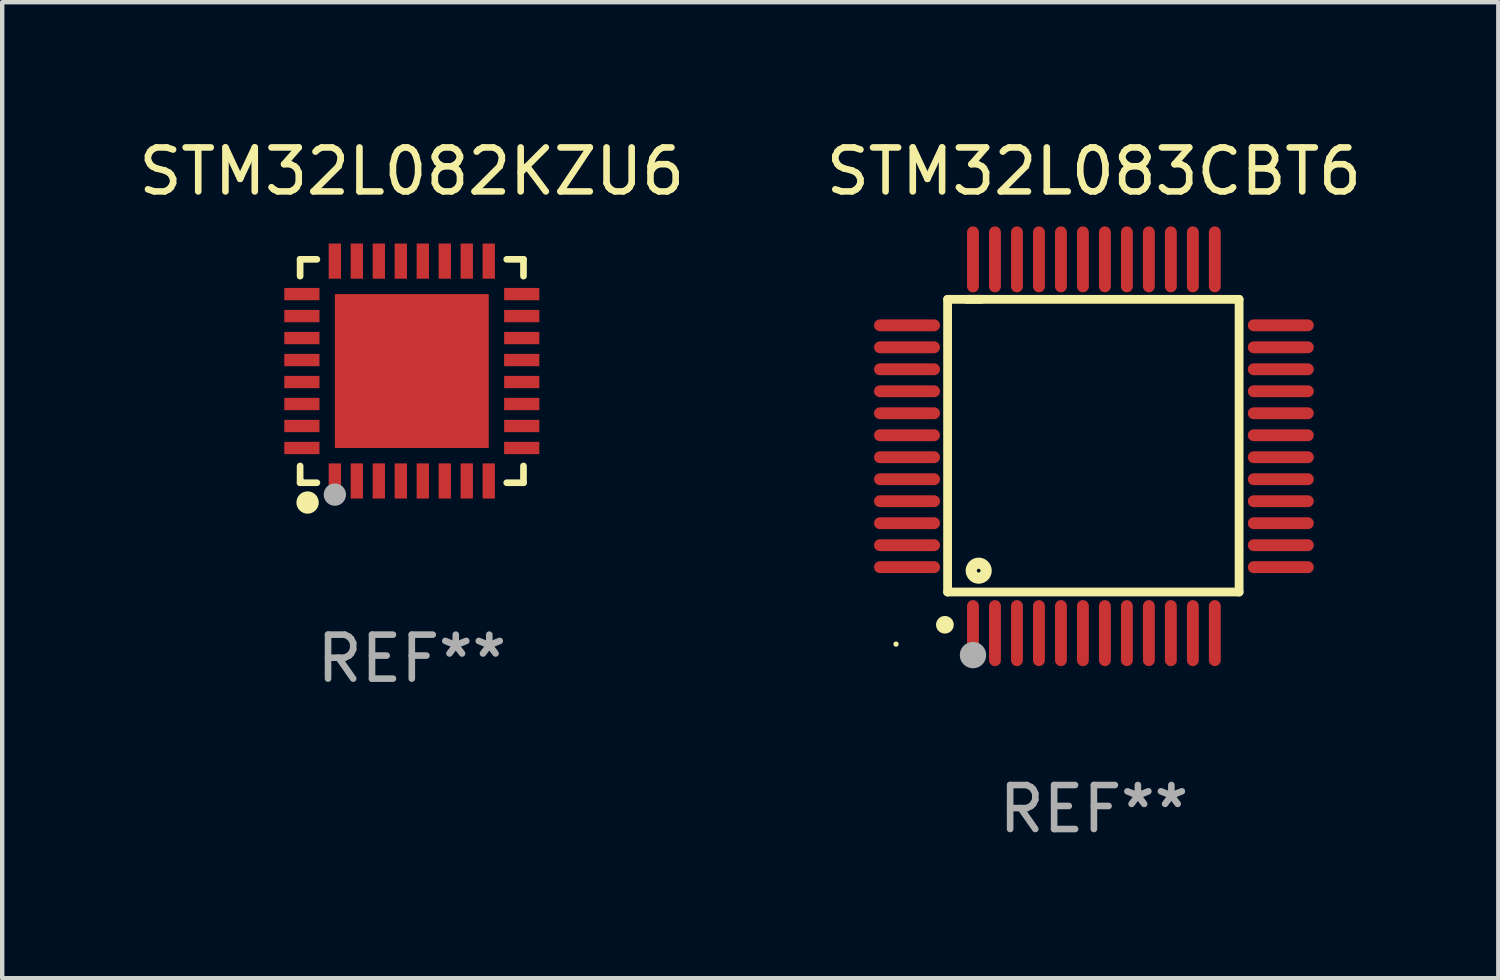
<source format=kicad_pcb>
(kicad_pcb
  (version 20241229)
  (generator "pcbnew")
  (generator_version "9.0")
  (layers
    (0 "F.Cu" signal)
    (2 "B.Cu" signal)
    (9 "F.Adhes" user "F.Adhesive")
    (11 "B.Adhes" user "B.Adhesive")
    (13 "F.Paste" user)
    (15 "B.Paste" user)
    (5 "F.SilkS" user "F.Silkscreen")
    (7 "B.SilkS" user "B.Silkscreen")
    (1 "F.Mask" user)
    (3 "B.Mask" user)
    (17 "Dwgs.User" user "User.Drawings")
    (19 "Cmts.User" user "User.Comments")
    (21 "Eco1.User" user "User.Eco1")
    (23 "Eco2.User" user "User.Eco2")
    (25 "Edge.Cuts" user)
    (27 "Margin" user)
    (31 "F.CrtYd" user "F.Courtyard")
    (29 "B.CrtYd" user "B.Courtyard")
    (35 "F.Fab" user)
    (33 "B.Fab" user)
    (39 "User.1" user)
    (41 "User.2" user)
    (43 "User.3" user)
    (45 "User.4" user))
  (footprint "STM32L082KZU6"
    (layer "F.Cu")
    (at 6.315 5.388)
    (property "Reference" "STM32L082KZU6" (at 0 -4.54 0) (layer "F.SilkS") (effects (font (size 1 1) (thickness 0.15))))
    (attr through_hole)
    (fp_line (start -2.54 -2.54) (end -2.159 -2.54) (stroke (width 0.152) (type solid)) (layer "F.SilkS"))
    (fp_line (start -2.54 -2.159) (end -2.54 -2.54) (stroke (width 0.152) (type solid)) (layer "F.SilkS"))
    (fp_line (start -2.54 2.54) (end -2.54 2.159) (stroke (width 0.152) (type solid)) (layer "F.SilkS"))
    (fp_line (start -2.159 2.54) (end -2.54 2.54) (stroke (width 0.152) (type solid)) (layer "F.SilkS"))
    (fp_line (start 2.159 -2.54) (end 2.54 -2.54) (stroke (width 0.152) (type solid)) (layer "F.SilkS"))
    (fp_line (start 2.54 -2.54) (end 2.54 -2.159) (stroke (width 0.152) (type solid)) (layer "F.SilkS"))
    (fp_line (start 2.54 2.159) (end 2.54 2.54) (stroke (width 0.152) (type solid)) (layer "F.SilkS"))
    (fp_line (start 2.54 2.54) (end 2.159 2.54) (stroke (width 0.152) (type solid)) (layer "F.SilkS"))
    (fp_circle (center -2.5 2.5) (end -2.47 2.5) (stroke (width 0.06) (type solid)) (fill no) (layer "F.SilkS"))
    (fp_circle (center -2.37 2.99) (end -2.243 2.99) (stroke (width 0.254) (type solid)) (fill no) (layer "F.SilkS"))
    (fp_circle (center -1.75 2.81) (end -1.623 2.81) (stroke (width 0.254) (type solid)) (fill no) (layer "F.Fab"))
    (fp_text user "REF**" (at 0 6.54 0) (layer "F.Fab") (effects (font (size 1 1) (thickness 0.15))))
    (pad "1" smd rect (at -1.75 2.5) (size 0.28 0.8) (layers "F.Cu" "F.Mask" "F.Paste"))
    (pad "2" smd rect (at -1.25 2.5) (size 0.28 0.8) (layers "F.Cu" "F.Mask" "F.Paste"))
    (pad "3" smd rect (at -0.75 2.5) (size 0.28 0.8) (layers "F.Cu" "F.Mask" "F.Paste"))
    (pad "4" smd rect (at -0.25 2.5) (size 0.28 0.8) (layers "F.Cu" "F.Mask" "F.Paste"))
    (pad "5" smd rect (at 0.25 2.5) (size 0.28 0.8) (layers "F.Cu" "F.Mask" "F.Paste"))
    (pad "6" smd rect (at 0.75 2.5) (size 0.28 0.8) (layers "F.Cu" "F.Mask" "F.Paste"))
    (pad "7" smd rect (at 1.25 2.5) (size 0.28 0.8) (layers "F.Cu" "F.Mask" "F.Paste"))
    (pad "8" smd rect (at 1.75 2.5) (size 0.28 0.8) (layers "F.Cu" "F.Mask" "F.Paste"))
    (pad "9" smd rect (at 2.5 1.75) (size 0.8 0.28) (layers "F.Cu" "F.Mask" "F.Paste"))
    (pad "10" smd rect (at 2.5 1.25) (size 0.8 0.28) (layers "F.Cu" "F.Mask" "F.Paste"))
    (pad "11" smd rect (at 2.5 0.75) (size 0.8 0.28) (layers "F.Cu" "F.Mask" "F.Paste"))
    (pad "12" smd rect (at 2.5 0.25) (size 0.8 0.28) (layers "F.Cu" "F.Mask" "F.Paste"))
    (pad "13" smd rect (at 2.5 -0.25) (size 0.8 0.28) (layers "F.Cu" "F.Mask" "F.Paste"))
    (pad "14" smd rect (at 2.5 -0.75) (size 0.8 0.28) (layers "F.Cu" "F.Mask" "F.Paste"))
    (pad "15" smd rect (at 2.5 -1.25) (size 0.8 0.28) (layers "F.Cu" "F.Mask" "F.Paste"))
    (pad "16" smd rect (at 2.5 -1.75) (size 0.8 0.28) (layers "F.Cu" "F.Mask" "F.Paste"))
    (pad "17" smd rect (at 1.75 -2.5) (size 0.28 0.8) (layers "F.Cu" "F.Mask" "F.Paste"))
    (pad "18" smd rect (at 1.25 -2.5) (size 0.28 0.8) (layers "F.Cu" "F.Mask" "F.Paste"))
    (pad "19" smd rect (at 0.75 -2.5) (size 0.28 0.8) (layers "F.Cu" "F.Mask" "F.Paste"))
    (pad "20" smd rect (at 0.25 -2.5) (size 0.28 0.8) (layers "F.Cu" "F.Mask" "F.Paste"))
    (pad "21" smd rect (at -0.25 -2.5) (size 0.28 0.8) (layers "F.Cu" "F.Mask" "F.Paste"))
    (pad "22" smd rect (at -0.75 -2.5) (size 0.28 0.8) (layers "F.Cu" "F.Mask" "F.Paste"))
    (pad "23" smd rect (at -1.25 -2.5) (size 0.28 0.8) (layers "F.Cu" "F.Mask" "F.Paste"))
    (pad "24" smd rect (at -1.75 -2.5) (size 0.28 0.8) (layers "F.Cu" "F.Mask" "F.Paste"))
    (pad "25" smd rect (at -2.5 -1.75) (size 0.8 0.28) (layers "F.Cu" "F.Mask" "F.Paste"))
    (pad "26" smd rect (at -2.5 -1.25) (size 0.8 0.28) (layers "F.Cu" "F.Mask" "F.Paste"))
    (pad "27" smd rect (at -2.5 -0.75) (size 0.8 0.28) (layers "F.Cu" "F.Mask" "F.Paste"))
    (pad "28" smd rect (at -2.5 -0.25) (size 0.8 0.28) (layers "F.Cu" "F.Mask" "F.Paste"))
    (pad "29" smd rect (at -2.5 0.25) (size 0.8 0.28) (layers "F.Cu" "F.Mask" "F.Paste"))
    (pad "30" smd rect (at -2.5 0.75) (size 0.8 0.28) (layers "F.Cu" "F.Mask" "F.Paste"))
    (pad "31" smd rect (at -2.5 1.25) (size 0.8 0.28) (layers "F.Cu" "F.Mask" "F.Paste"))
    (pad "32" smd rect (at -2.5 1.75) (size 0.8 0.28) (layers "F.Cu" "F.Mask" "F.Paste"))
    (pad "33" smd rect (at 0.000127 0.000127) (size 3.5 3.5) (layers "F.Cu" "F.Mask" "F.Paste")))
  (footprint "STM32L083CBT6"
    (layer "F.Cu")
    (at 21.827 7.098)
    (property "Reference" "STM32L083CBT6" (at 0 -6.25 0) (layer "F.SilkS") (effects (font (size 1 1) (thickness 0.15))))
    (attr through_hole)
    (fp_line (start -3.327 -3.34) (end -2.565 -3.34) (stroke (width 0.2) (type solid)) (layer "F.SilkS"))
    (fp_line (start -3.327 3.315) (end -3.327 -3.34) (stroke (width 0.2) (type solid)) (layer "F.SilkS"))
    (fp_line (start -2.896 -3.34) (end 3.302 -3.34) (stroke (width 0.2) (type solid)) (layer "F.SilkS"))
    (fp_line (start 3.302 -3.34) (end 3.302 3.315) (stroke (width 0.2) (type solid)) (layer "F.SilkS"))
    (fp_line (start 3.302 3.315) (end -3.327 3.315) (stroke (width 0.2) (type solid)) (layer "F.SilkS"))
    (fp_arc (start -3.389992 4.059995) (mid -3.388722 4.059991) (end -3.387452 4.059995) (stroke (width 0.4) (type solid)) (layer "F.SilkS"))
    (fp_circle (center -4.5 4.5) (end -4.47 4.5) (stroke (width 0.06) (type solid)) (fill no) (layer "F.SilkS"))
    (fp_circle (center -2.62 2.83) (end -2.45 2.83) (stroke (width 0.254) (type solid)) (fill no) (layer "F.SilkS"))
    (fp_circle (center -2.75 4.75) (end -2.6 4.75) (stroke (width 0.3) (type solid)) (fill no) (layer "F.Fab"))
    (fp_text user "REF**" (at 0 8.25 0) (layer "F.Fab") (effects (font (size 1 1) (thickness 0.15))))
    (pad "1" smd oval (at -2.75 4.25) (size 0.27 1.5) (layers "F.Cu" "F.Mask" "F.Paste"))
    (pad "2" smd oval (at -2.25 4.25) (size 0.27 1.5) (layers "F.Cu" "F.Mask" "F.Paste"))
    (pad "3" smd oval (at -1.75 4.25) (size 0.27 1.5) (layers "F.Cu" "F.Mask" "F.Paste"))
    (pad "4" smd oval (at -1.25 4.25) (size 0.27 1.5) (layers "F.Cu" "F.Mask" "F.Paste"))
    (pad "5" smd oval (at -0.75 4.25) (size 0.27 1.5) (layers "F.Cu" "F.Mask" "F.Paste"))
    (pad "6" smd oval (at -0.25 4.25) (size 0.27 1.5) (layers "F.Cu" "F.Mask" "F.Paste"))
    (pad "7" smd oval (at 0.25 4.25) (size 0.27 1.5) (layers "F.Cu" "F.Mask" "F.Paste"))
    (pad "8" smd oval (at 0.75 4.25) (size 0.27 1.5) (layers "F.Cu" "F.Mask" "F.Paste"))
    (pad "9" smd oval (at 1.25 4.25) (size 0.27 1.5) (layers "F.Cu" "F.Mask" "F.Paste"))
    (pad "10" smd oval (at 1.75 4.25) (size 0.27 1.5) (layers "F.Cu" "F.Mask" "F.Paste"))
    (pad "11" smd oval (at 2.25 4.25) (size 0.27 1.5) (layers "F.Cu" "F.Mask" "F.Paste"))
    (pad "12" smd oval (at 2.75 4.25) (size 0.27 1.5) (layers "F.Cu" "F.Mask" "F.Paste"))
    (pad "13" smd oval (at 4.25 2.75) (size 1.5 0.27) (layers "F.Cu" "F.Mask" "F.Paste"))
    (pad "14" smd oval (at 4.25 2.25) (size 1.5 0.27) (layers "F.Cu" "F.Mask" "F.Paste"))
    (pad "15" smd oval (at 4.25 1.75) (size 1.5 0.27) (layers "F.Cu" "F.Mask" "F.Paste"))
    (pad "16" smd oval (at 4.25 1.25) (size 1.5 0.27) (layers "F.Cu" "F.Mask" "F.Paste"))
    (pad "17" smd oval (at 4.25 0.75) (size 1.5 0.27) (layers "F.Cu" "F.Mask" "F.Paste"))
    (pad "18" smd oval (at 4.25 0.25) (size 1.5 0.27) (layers "F.Cu" "F.Mask" "F.Paste"))
    (pad "19" smd oval (at 4.25 -0.25) (size 1.5 0.27) (layers "F.Cu" "F.Mask" "F.Paste"))
    (pad "20" smd oval (at 4.25 -0.75) (size 1.5 0.27) (layers "F.Cu" "F.Mask" "F.Paste"))
    (pad "21" smd oval (at 4.25 -1.25) (size 1.5 0.27) (layers "F.Cu" "F.Mask" "F.Paste"))
    (pad "22" smd oval (at 4.25 -1.75) (size 1.5 0.27) (layers "F.Cu" "F.Mask" "F.Paste"))
    (pad "23" smd oval (at 4.25 -2.25) (size 1.5 0.27) (layers "F.Cu" "F.Mask" "F.Paste"))
    (pad "24" smd oval (at 4.25 -2.75) (size 1.5 0.27) (layers "F.Cu" "F.Mask" "F.Paste"))
    (pad "25" smd oval (at 2.75 -4.25) (size 0.27 1.5) (layers "F.Cu" "F.Mask" "F.Paste"))
    (pad "26" smd oval (at 2.25 -4.25) (size 0.27 1.5) (layers "F.Cu" "F.Mask" "F.Paste"))
    (pad "27" smd oval (at 1.75 -4.25) (size 0.27 1.5) (layers "F.Cu" "F.Mask" "F.Paste"))
    (pad "28" smd oval (at 1.25 -4.25) (size 0.27 1.5) (layers "F.Cu" "F.Mask" "F.Paste"))
    (pad "29" smd oval (at 0.75 -4.25) (size 0.27 1.5) (layers "F.Cu" "F.Mask" "F.Paste"))
    (pad "30" smd oval (at 0.25 -4.25) (size 0.27 1.5) (layers "F.Cu" "F.Mask" "F.Paste"))
    (pad "31" smd oval (at -0.25 -4.25) (size 0.27 1.5) (layers "F.Cu" "F.Mask" "F.Paste"))
    (pad "32" smd oval (at -0.75 -4.25) (size 0.27 1.5) (layers "F.Cu" "F.Mask" "F.Paste"))
    (pad "33" smd oval (at -1.25 -4.25) (size 0.27 1.5) (layers "F.Cu" "F.Mask" "F.Paste"))
    (pad "34" smd oval (at -1.75 -4.25) (size 0.27 1.5) (layers "F.Cu" "F.Mask" "F.Paste"))
    (pad "35" smd oval (at -2.25 -4.25) (size 0.27 1.5) (layers "F.Cu" "F.Mask" "F.Paste"))
    (pad "36" smd oval (at -2.75 -4.25) (size 0.27 1.5) (layers "F.Cu" "F.Mask" "F.Paste"))
    (pad "37" smd oval (at -4.25 -2.75) (size 1.5 0.27) (layers "F.Cu" "F.Mask" "F.Paste"))
    (pad "38" smd oval (at -4.25 -2.25) (size 1.5 0.27) (layers "F.Cu" "F.Mask" "F.Paste"))
    (pad "39" smd oval (at -4.25 -1.75) (size 1.5 0.27) (layers "F.Cu" "F.Mask" "F.Paste"))
    (pad "40" smd oval (at -4.25 -1.25) (size 1.5 0.27) (layers "F.Cu" "F.Mask" "F.Paste"))
    (pad "41" smd oval (at -4.25 -0.75) (size 1.5 0.27) (layers "F.Cu" "F.Mask" "F.Paste"))
    (pad "42" smd oval (at -4.25 -0.25) (size 1.5 0.27) (layers "F.Cu" "F.Mask" "F.Paste"))
    (pad "43" smd oval (at -4.25 0.25) (size 1.5 0.27) (layers "F.Cu" "F.Mask" "F.Paste"))
    (pad "44" smd oval (at -4.25 0.75) (size 1.5 0.27) (layers "F.Cu" "F.Mask" "F.Paste"))
    (pad "45" smd oval (at -4.25 1.25) (size 1.5 0.27) (layers "F.Cu" "F.Mask" "F.Paste"))
    (pad "46" smd oval (at -4.25 1.75) (size 1.5 0.27) (layers "F.Cu" "F.Mask" "F.Paste"))
    (pad "47" smd oval (at -4.25 2.25) (size 1.5 0.27) (layers "F.Cu" "F.Mask" "F.Paste"))
    (pad "48" smd oval (at -4.25 2.75) (size 1.5 0.27) (layers "F.Cu" "F.Mask" "F.Paste")))
  (gr_rect
    (start -3 -3)
    (end 31.024 19.196)
    (stroke (width 0.1) (type default))
    (fill no)
    (layer "Edge.Cuts")))
</source>
